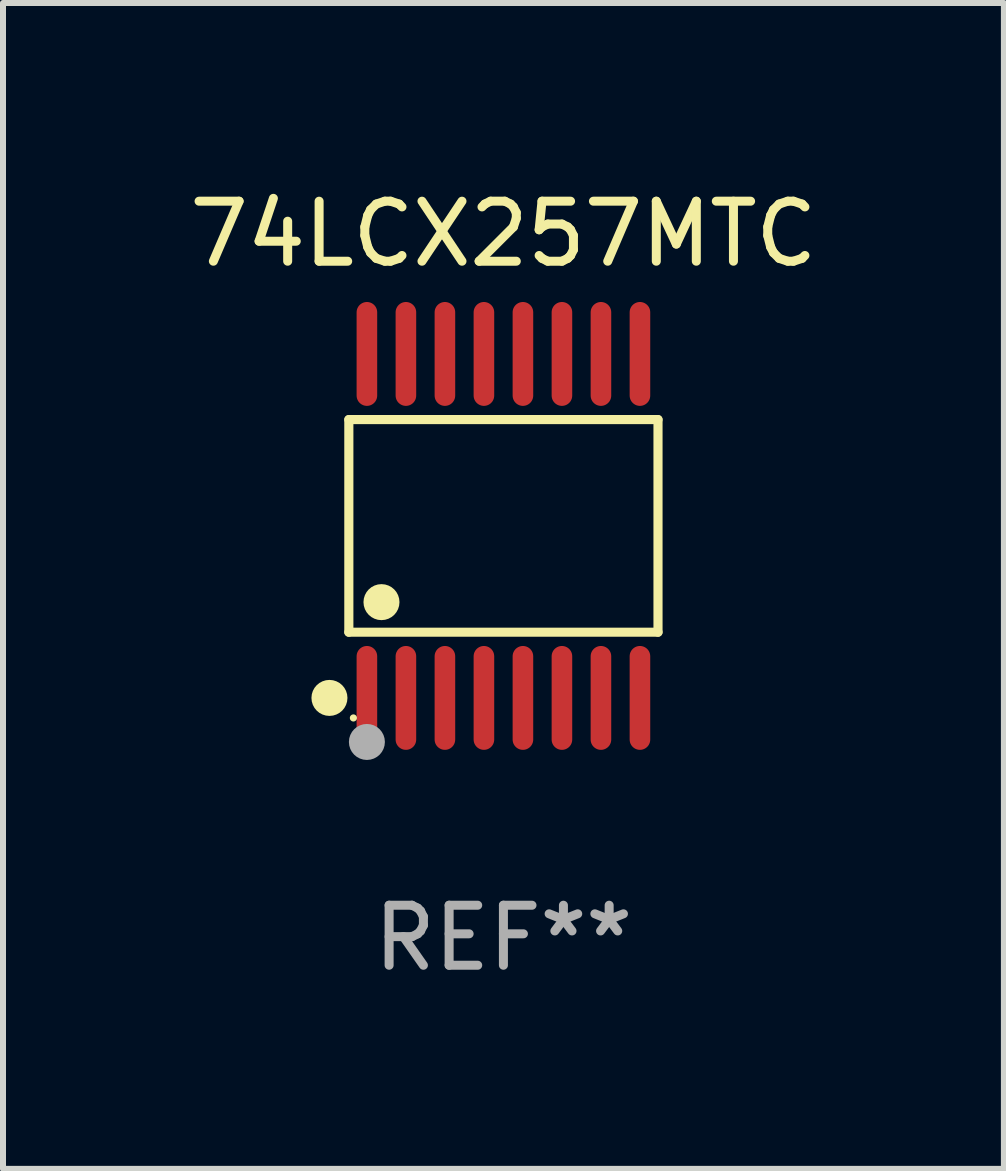
<source format=kicad_pcb>
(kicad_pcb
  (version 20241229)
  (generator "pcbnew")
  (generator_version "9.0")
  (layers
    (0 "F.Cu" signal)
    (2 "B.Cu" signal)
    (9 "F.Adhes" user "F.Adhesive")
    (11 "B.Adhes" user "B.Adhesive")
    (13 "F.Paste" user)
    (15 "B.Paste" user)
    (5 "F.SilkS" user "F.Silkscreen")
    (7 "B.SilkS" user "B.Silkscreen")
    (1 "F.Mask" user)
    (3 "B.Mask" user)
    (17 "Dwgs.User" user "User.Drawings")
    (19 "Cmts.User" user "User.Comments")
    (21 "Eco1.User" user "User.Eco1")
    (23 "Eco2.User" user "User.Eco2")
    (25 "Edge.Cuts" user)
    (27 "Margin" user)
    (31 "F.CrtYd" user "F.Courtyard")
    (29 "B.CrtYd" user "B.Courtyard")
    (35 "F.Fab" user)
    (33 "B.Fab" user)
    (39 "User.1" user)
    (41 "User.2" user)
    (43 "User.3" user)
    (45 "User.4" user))
  (footprint "74LCX257MTC"
    (layer "F.Cu")
    (at 5.339 5.714)
    (property "Reference" "74LCX257MTC" (at 0 -4.866 0) (layer "F.SilkS") (effects (font (size 1 1) (thickness 0.15))))
    (attr through_hole)
    (fp_line (start -2.576 -1.772) (end 2.576 -1.772) (stroke (width 0.152) (type solid)) (layer "F.SilkS"))
    (fp_line (start -2.576 1.771) (end -2.576 -1.772) (stroke (width 0.152) (type solid)) (layer "F.SilkS"))
    (fp_line (start 2.576 -1.772) (end 2.576 1.771) (stroke (width 0.152) (type solid)) (layer "F.SilkS"))
    (fp_line (start 2.576 1.771) (end -2.576 1.771) (stroke (width 0.152) (type solid)) (layer "F.SilkS"))
    (fp_circle (center -2.899 2.866) (end -2.749 2.866) (stroke (width 0.3) (type solid)) (fill no) (layer "F.SilkS"))
    (fp_circle (center -2.5 3.2) (end -2.47 3.2) (stroke (width 0.06) (type solid)) (fill no) (layer "F.SilkS"))
    (fp_circle (center -2.032 1.27) (end -1.882 1.27) (stroke (width 0.3) (type solid)) (fill no) (layer "F.SilkS"))
    (fp_circle (center -2.275 3.6) (end -2.125 3.6) (stroke (width 0.3) (type solid)) (fill no) (layer "F.Fab"))
    (fp_text user "REF**" (at 0 6.866 0) (layer "F.Fab") (effects (font (size 1 1) (thickness 0.15))))
    (pad "1" smd oval (at -2.275 2.866) (size 0.343 1.731) (layers "F.Cu" "F.Mask" "F.Paste"))
    (pad "2" smd oval (at -1.625 2.866) (size 0.343 1.731) (layers "F.Cu" "F.Mask" "F.Paste"))
    (pad "3" smd oval (at -0.975 2.866) (size 0.343 1.731) (layers "F.Cu" "F.Mask" "F.Paste"))
    (pad "4" smd oval (at -0.325 2.866) (size 0.343 1.731) (layers "F.Cu" "F.Mask" "F.Paste"))
    (pad "5" smd oval (at 0.325 2.866) (size 0.343 1.731) (layers "F.Cu" "F.Mask" "F.Paste"))
    (pad "6" smd oval (at 0.975 2.866) (size 0.343 1.731) (layers "F.Cu" "F.Mask" "F.Paste"))
    (pad "7" smd oval (at 1.625 2.866) (size 0.343 1.731) (layers "F.Cu" "F.Mask" "F.Paste"))
    (pad "8" smd oval (at 2.275 2.866) (size 0.343 1.731) (layers "F.Cu" "F.Mask" "F.Paste"))
    (pad "9" smd oval (at 2.275 -2.866) (size 0.343 1.731) (layers "F.Cu" "F.Mask" "F.Paste"))
    (pad "10" smd oval (at 1.625 -2.866) (size 0.343 1.731) (layers "F.Cu" "F.Mask" "F.Paste"))
    (pad "11" smd oval (at 0.975 -2.866) (size 0.343 1.731) (layers "F.Cu" "F.Mask" "F.Paste"))
    (pad "12" smd oval (at 0.325 -2.866) (size 0.343 1.731) (layers "F.Cu" "F.Mask" "F.Paste"))
    (pad "13" smd oval (at -0.325 -2.866) (size 0.343 1.731) (layers "F.Cu" "F.Mask" "F.Paste"))
    (pad "14" smd oval (at -0.975 -2.866) (size 0.343 1.731) (layers "F.Cu" "F.Mask" "F.Paste"))
    (pad "15" smd oval (at -1.625 -2.866) (size 0.343 1.731) (layers "F.Cu" "F.Mask" "F.Paste"))
    (pad "16" smd oval (at -2.275 -2.866) (size 0.343 1.731) (layers "F.Cu" "F.Mask" "F.Paste")))
  (gr_rect
    (start -3 -3)
    (end 13.679 16.428)
    (stroke (width 0.1) (type default))
    (fill no)
    (layer "Edge.Cuts")))
</source>
